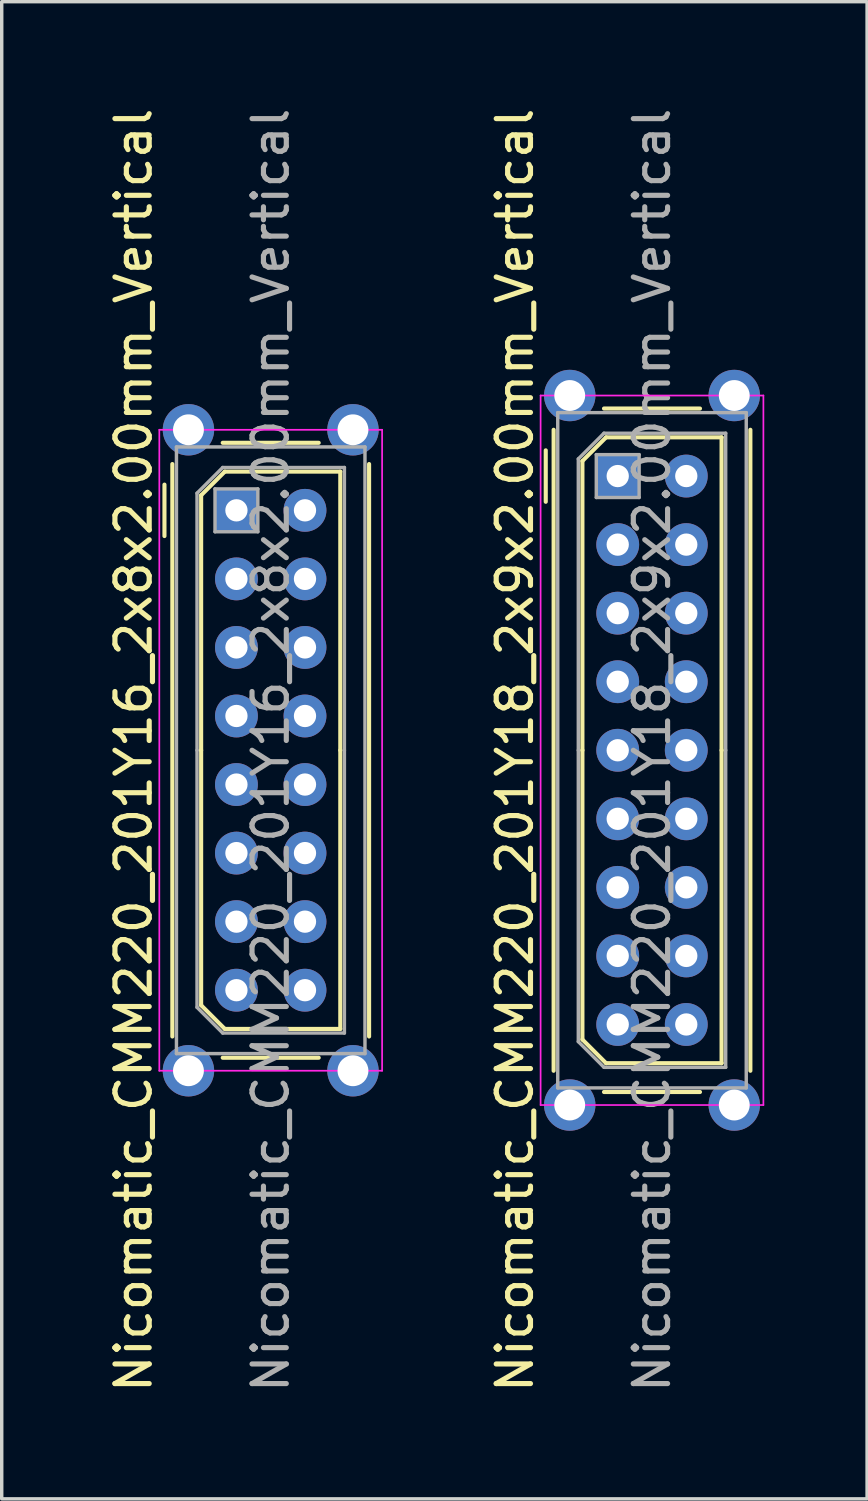
<source format=kicad_pcb>
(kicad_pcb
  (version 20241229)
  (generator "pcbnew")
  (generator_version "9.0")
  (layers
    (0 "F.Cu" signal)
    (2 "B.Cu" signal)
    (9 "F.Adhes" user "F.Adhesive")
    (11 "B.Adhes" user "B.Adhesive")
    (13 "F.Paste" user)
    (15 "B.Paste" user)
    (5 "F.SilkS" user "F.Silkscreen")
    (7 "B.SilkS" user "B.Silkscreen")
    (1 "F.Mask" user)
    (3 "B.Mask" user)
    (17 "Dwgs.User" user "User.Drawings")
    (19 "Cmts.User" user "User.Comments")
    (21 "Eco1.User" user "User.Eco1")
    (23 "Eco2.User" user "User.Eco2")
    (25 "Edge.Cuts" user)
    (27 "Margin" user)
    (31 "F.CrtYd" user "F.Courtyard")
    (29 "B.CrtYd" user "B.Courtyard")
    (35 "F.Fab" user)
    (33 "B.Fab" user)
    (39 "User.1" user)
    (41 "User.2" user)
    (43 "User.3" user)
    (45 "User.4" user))
  (footprint "Nicomatic_CMM220_201Y18_2x9x2.00mm_Vertical"
    (layer "F.Cu")
    (at 14.972 10.839)
    (property "Reference" "Nicomatic_CMM220_201Y18_2x9x2.00mm_Vertical" (at -3 8 90) (layer "F.SilkS") (effects (font (size 1 1) (thickness 0.15))))
    (attr through_hole)
    (fp_line (start -2.1 -0.75) (end -2.1 0.75) (stroke (width 0.12) (type solid)) (layer "F.SilkS"))
    (fp_line (start -1.87 17.35) (end -1.87 -1.35) (stroke (width 0.12) (type solid)) (layer "F.SilkS"))
    (fp_line (start -1.03 -0.44) (end -0.34 -1.13) (stroke (width 0.12) (type solid)) (layer "F.SilkS"))
    (fp_line (start -1.03 8) (end -1.03 -0.44) (stroke (width 0.12) (type solid)) (layer "F.SilkS"))
    (fp_line (start -1.03 8) (end -1.03 16.44) (stroke (width 0.12) (type solid)) (layer "F.SilkS"))
    (fp_line (start -1.03 16.44) (end -0.34 17.13) (stroke (width 0.12) (type solid)) (layer "F.SilkS"))
    (fp_line (start -0.4 -1.97) (end 2.4 -1.97) (stroke (width 0.12) (type solid)) (layer "F.SilkS"))
    (fp_line (start -0.4 17.97) (end 2.4 17.97) (stroke (width 0.12) (type solid)) (layer "F.SilkS"))
    (fp_line (start -0.34 -1.13) (end 3.03 -1.13) (stroke (width 0.12) (type solid)) (layer "F.SilkS"))
    (fp_line (start -0.34 17.13) (end 3.03 17.13) (stroke (width 0.12) (type solid)) (layer "F.SilkS"))
    (fp_line (start 3.03 -1.13) (end 3.03 8) (stroke (width 0.12) (type solid)) (layer "F.SilkS"))
    (fp_line (start 3.03 17.13) (end 3.03 8) (stroke (width 0.12) (type solid)) (layer "F.SilkS"))
    (fp_line (start 3.87 17.35) (end 3.87 -1.35) (stroke (width 0.12) (type solid)) (layer "F.SilkS"))
    (fp_line (start -2.25 -2.35) (end -2.25 18.35) (stroke (width 0.05) (type solid)) (layer "F.CrtYd"))
    (fp_line (start -2.25 18.35) (end 4.25 18.35) (stroke (width 0.05) (type solid)) (layer "F.CrtYd"))
    (fp_line (start 4.25 -2.35) (end -2.25 -2.35) (stroke (width 0.05) (type solid)) (layer "F.CrtYd"))
    (fp_line (start 4.25 18.35) (end 4.25 -2.35) (stroke (width 0.05) (type solid)) (layer "F.CrtYd"))
    (fp_line (start -1.75 -1.85) (end -1.75 17.85) (stroke (width 0.1) (type solid)) (layer "F.Fab"))
    (fp_line (start -1.75 17.85) (end 3.75 17.85) (stroke (width 0.1) (type solid)) (layer "F.Fab"))
    (fp_line (start -1.15 -0.5) (end -0.4 -1.25) (stroke (width 0.1) (type solid)) (layer "F.Fab"))
    (fp_line (start -1.15 8) (end -1.15 -0.5) (stroke (width 0.1) (type solid)) (layer "F.Fab"))
    (fp_line (start -1.15 8) (end -1.15 16.5) (stroke (width 0.1) (type solid)) (layer "F.Fab"))
    (fp_line (start -1.15 16.5) (end -0.4 17.25) (stroke (width 0.1) (type solid)) (layer "F.Fab"))
    (fp_line (start -0.625 -0.625) (end -0.625 0.625) (stroke (width 0.1) (type solid)) (layer "F.Fab"))
    (fp_line (start -0.625 0.625) (end 0.625 0.625) (stroke (width 0.1) (type solid)) (layer "F.Fab"))
    (fp_line (start -0.4 -1.25) (end 3.15 -1.25) (stroke (width 0.1) (type solid)) (layer "F.Fab"))
    (fp_line (start -0.4 17.25) (end 3.15 17.25) (stroke (width 0.1) (type solid)) (layer "F.Fab"))
    (fp_line (start 0.625 -0.625) (end -0.625 -0.625) (stroke (width 0.1) (type solid)) (layer "F.Fab"))
    (fp_line (start 0.625 0.625) (end 0.625 -0.625) (stroke (width 0.1) (type solid)) (layer "F.Fab"))
    (fp_line (start 3.15 -1.25) (end 3.15 8) (stroke (width 0.1) (type solid)) (layer "F.Fab"))
    (fp_line (start 3.15 17.25) (end 3.15 8) (stroke (width 0.1) (type solid)) (layer "F.Fab"))
    (fp_line (start 3.75 -1.85) (end -1.75 -1.85) (stroke (width 0.1) (type solid)) (layer "F.Fab"))
    (fp_line (start 3.75 17.85) (end 3.75 -1.85) (stroke (width 0.1) (type solid)) (layer "F.Fab"))
    (fp_text user "${REFERENCE}" (at 1 8 90) (layer "F.Fab") (effects (font (size 1 1) (thickness 0.15))))
    (pad "" thru_hole circle (at -1.4 -2.35) (size 1.5 1.5) (drill 0.9) (layers "*.Cu" "*.Mask"))
    (pad "" thru_hole circle (at -1.4 18.35) (size 1.5 1.5) (drill 0.9) (layers "*.Cu" "*.Mask"))
    (pad "" thru_hole circle (at 3.4 -2.35) (size 1.5 1.5) (drill 0.9) (layers "*.Cu" "*.Mask"))
    (pad "" thru_hole circle (at 3.4 18.35) (size 1.5 1.5) (drill 0.9) (layers "*.Cu" "*.Mask"))
    (pad "1" thru_hole rect (at 0 0) (size 1.25 1.25) (drill 0.65) (layers "*.Cu" "*.Mask"))
    (pad "2" thru_hole oval (at 0 2) (size 1.25 1.25) (drill 0.65) (layers "*.Cu" "*.Mask"))
    (pad "3" thru_hole oval (at 0 4) (size 1.25 1.25) (drill 0.65) (layers "*.Cu" "*.Mask"))
    (pad "4" thru_hole oval (at 0 6) (size 1.25 1.25) (drill 0.65) (layers "*.Cu" "*.Mask"))
    (pad "5" thru_hole oval (at 0 8) (size 1.25 1.25) (drill 0.65) (layers "*.Cu" "*.Mask"))
    (pad "6" thru_hole oval (at 0 10) (size 1.25 1.25) (drill 0.65) (layers "*.Cu" "*.Mask"))
    (pad "7" thru_hole oval (at 0 12) (size 1.25 1.25) (drill 0.65) (layers "*.Cu" "*.Mask"))
    (pad "8" thru_hole oval (at 0 14) (size 1.25 1.25) (drill 0.65) (layers "*.Cu" "*.Mask"))
    (pad "9" thru_hole oval (at 0 16) (size 1.25 1.25) (drill 0.65) (layers "*.Cu" "*.Mask"))
    (pad "10" thru_hole oval (at 2 0) (size 1.25 1.25) (drill 0.65) (layers "*.Cu" "*.Mask"))
    (pad "11" thru_hole oval (at 2 2) (size 1.25 1.25) (drill 0.65) (layers "*.Cu" "*.Mask"))
    (pad "12" thru_hole oval (at 2 4) (size 1.25 1.25) (drill 0.65) (layers "*.Cu" "*.Mask"))
    (pad "13" thru_hole oval (at 2 6) (size 1.25 1.25) (drill 0.65) (layers "*.Cu" "*.Mask"))
    (pad "14" thru_hole oval (at 2 8) (size 1.25 1.25) (drill 0.65) (layers "*.Cu" "*.Mask"))
    (pad "15" thru_hole oval (at 2 10) (size 1.25 1.25) (drill 0.65) (layers "*.Cu" "*.Mask"))
    (pad "16" thru_hole oval (at 2 12) (size 1.25 1.25) (drill 0.65) (layers "*.Cu" "*.Mask"))
    (pad "17" thru_hole oval (at 2 14) (size 1.25 1.25) (drill 0.65) (layers "*.Cu" "*.Mask"))
    (pad "18" thru_hole oval (at 2 16) (size 1.25 1.25) (drill 0.65) (layers "*.Cu" "*.Mask")))
  (footprint "Nicomatic_CMM220_201Y16_2x8x2.00mm_Vertical"
    (layer "F.Cu")
    (at 3.848 11.839)
    (property "Reference" "Nicomatic_CMM220_201Y16_2x8x2.00mm_Vertical" (at -3 7 90) (layer "F.SilkS") (effects (font (size 1 1) (thickness 0.15))))
    (attr through_hole)
    (fp_line (start -2.1 -0.75) (end -2.1 0.75) (stroke (width 0.12) (type solid)) (layer "F.SilkS"))
    (fp_line (start -1.87 15.35) (end -1.87 -1.35) (stroke (width 0.12) (type solid)) (layer "F.SilkS"))
    (fp_line (start -1.03 -0.44) (end -0.34 -1.13) (stroke (width 0.12) (type solid)) (layer "F.SilkS"))
    (fp_line (start -1.03 7) (end -1.03 -0.44) (stroke (width 0.12) (type solid)) (layer "F.SilkS"))
    (fp_line (start -1.03 7) (end -1.03 14.44) (stroke (width 0.12) (type solid)) (layer "F.SilkS"))
    (fp_line (start -1.03 14.44) (end -0.34 15.13) (stroke (width 0.12) (type solid)) (layer "F.SilkS"))
    (fp_line (start -0.4 -1.97) (end 2.4 -1.97) (stroke (width 0.12) (type solid)) (layer "F.SilkS"))
    (fp_line (start -0.4 15.97) (end 2.4 15.97) (stroke (width 0.12) (type solid)) (layer "F.SilkS"))
    (fp_line (start -0.34 -1.13) (end 3.03 -1.13) (stroke (width 0.12) (type solid)) (layer "F.SilkS"))
    (fp_line (start -0.34 15.13) (end 3.03 15.13) (stroke (width 0.12) (type solid)) (layer "F.SilkS"))
    (fp_line (start 3.03 -1.13) (end 3.03 7) (stroke (width 0.12) (type solid)) (layer "F.SilkS"))
    (fp_line (start 3.03 15.13) (end 3.03 7) (stroke (width 0.12) (type solid)) (layer "F.SilkS"))
    (fp_line (start 3.87 15.35) (end 3.87 -1.35) (stroke (width 0.12) (type solid)) (layer "F.SilkS"))
    (fp_line (start -2.25 -2.35) (end -2.25 16.35) (stroke (width 0.05) (type solid)) (layer "F.CrtYd"))
    (fp_line (start -2.25 16.35) (end 4.25 16.35) (stroke (width 0.05) (type solid)) (layer "F.CrtYd"))
    (fp_line (start 4.25 -2.35) (end -2.25 -2.35) (stroke (width 0.05) (type solid)) (layer "F.CrtYd"))
    (fp_line (start 4.25 16.35) (end 4.25 -2.35) (stroke (width 0.05) (type solid)) (layer "F.CrtYd"))
    (fp_line (start -1.75 -1.85) (end -1.75 15.85) (stroke (width 0.1) (type solid)) (layer "F.Fab"))
    (fp_line (start -1.75 15.85) (end 3.75 15.85) (stroke (width 0.1) (type solid)) (layer "F.Fab"))
    (fp_line (start -1.15 -0.5) (end -0.4 -1.25) (stroke (width 0.1) (type solid)) (layer "F.Fab"))
    (fp_line (start -1.15 7) (end -1.15 -0.5) (stroke (width 0.1) (type solid)) (layer "F.Fab"))
    (fp_line (start -1.15 7) (end -1.15 14.5) (stroke (width 0.1) (type solid)) (layer "F.Fab"))
    (fp_line (start -1.15 14.5) (end -0.4 15.25) (stroke (width 0.1) (type solid)) (layer "F.Fab"))
    (fp_line (start -0.625 -0.625) (end -0.625 0.625) (stroke (width 0.1) (type solid)) (layer "F.Fab"))
    (fp_line (start -0.625 0.625) (end 0.625 0.625) (stroke (width 0.1) (type solid)) (layer "F.Fab"))
    (fp_line (start -0.4 -1.25) (end 3.15 -1.25) (stroke (width 0.1) (type solid)) (layer "F.Fab"))
    (fp_line (start -0.4 15.25) (end 3.15 15.25) (stroke (width 0.1) (type solid)) (layer "F.Fab"))
    (fp_line (start 0.625 -0.625) (end -0.625 -0.625) (stroke (width 0.1) (type solid)) (layer "F.Fab"))
    (fp_line (start 0.625 0.625) (end 0.625 -0.625) (stroke (width 0.1) (type solid)) (layer "F.Fab"))
    (fp_line (start 3.15 -1.25) (end 3.15 7) (stroke (width 0.1) (type solid)) (layer "F.Fab"))
    (fp_line (start 3.15 15.25) (end 3.15 7) (stroke (width 0.1) (type solid)) (layer "F.Fab"))
    (fp_line (start 3.75 -1.85) (end -1.75 -1.85) (stroke (width 0.1) (type solid)) (layer "F.Fab"))
    (fp_line (start 3.75 15.85) (end 3.75 -1.85) (stroke (width 0.1) (type solid)) (layer "F.Fab"))
    (fp_text user "${REFERENCE}" (at 1 7 90) (layer "F.Fab") (effects (font (size 1 1) (thickness 0.15))))
    (pad "" thru_hole circle (at -1.4 -2.35) (size 1.5 1.5) (drill 0.9) (layers "*.Cu" "*.Mask"))
    (pad "" thru_hole circle (at -1.4 16.35) (size 1.5 1.5) (drill 0.9) (layers "*.Cu" "*.Mask"))
    (pad "" thru_hole circle (at 3.4 -2.35) (size 1.5 1.5) (drill 0.9) (layers "*.Cu" "*.Mask"))
    (pad "" thru_hole circle (at 3.4 16.35) (size 1.5 1.5) (drill 0.9) (layers "*.Cu" "*.Mask"))
    (pad "1" thru_hole rect (at 0 0) (size 1.25 1.25) (drill 0.65) (layers "*.Cu" "*.Mask"))
    (pad "2" thru_hole oval (at 0 2) (size 1.25 1.25) (drill 0.65) (layers "*.Cu" "*.Mask"))
    (pad "3" thru_hole oval (at 0 4) (size 1.25 1.25) (drill 0.65) (layers "*.Cu" "*.Mask"))
    (pad "4" thru_hole oval (at 0 6) (size 1.25 1.25) (drill 0.65) (layers "*.Cu" "*.Mask"))
    (pad "5" thru_hole oval (at 0 8) (size 1.25 1.25) (drill 0.65) (layers "*.Cu" "*.Mask"))
    (pad "6" thru_hole oval (at 0 10) (size 1.25 1.25) (drill 0.65) (layers "*.Cu" "*.Mask"))
    (pad "7" thru_hole oval (at 0 12) (size 1.25 1.25) (drill 0.65) (layers "*.Cu" "*.Mask"))
    (pad "8" thru_hole oval (at 0 14) (size 1.25 1.25) (drill 0.65) (layers "*.Cu" "*.Mask"))
    (pad "9" thru_hole oval (at 2 0) (size 1.25 1.25) (drill 0.65) (layers "*.Cu" "*.Mask"))
    (pad "10" thru_hole oval (at 2 2) (size 1.25 1.25) (drill 0.65) (layers "*.Cu" "*.Mask"))
    (pad "11" thru_hole oval (at 2 4) (size 1.25 1.25) (drill 0.65) (layers "*.Cu" "*.Mask"))
    (pad "12" thru_hole oval (at 2 6) (size 1.25 1.25) (drill 0.65) (layers "*.Cu" "*.Mask"))
    (pad "13" thru_hole oval (at 2 8) (size 1.25 1.25) (drill 0.65) (layers "*.Cu" "*.Mask"))
    (pad "14" thru_hole oval (at 2 10) (size 1.25 1.25) (drill 0.65) (layers "*.Cu" "*.Mask"))
    (pad "15" thru_hole oval (at 2 12) (size 1.25 1.25) (drill 0.65) (layers "*.Cu" "*.Mask"))
    (pad "16" thru_hole oval (at 2 14) (size 1.25 1.25) (drill 0.65) (layers "*.Cu" "*.Mask")))
  (gr_rect
    (start -3 -3)
    (end 22.247 40.679)
    (stroke (width 0.1) (type default))
    (fill no)
    (layer "Edge.Cuts")))
</source>
